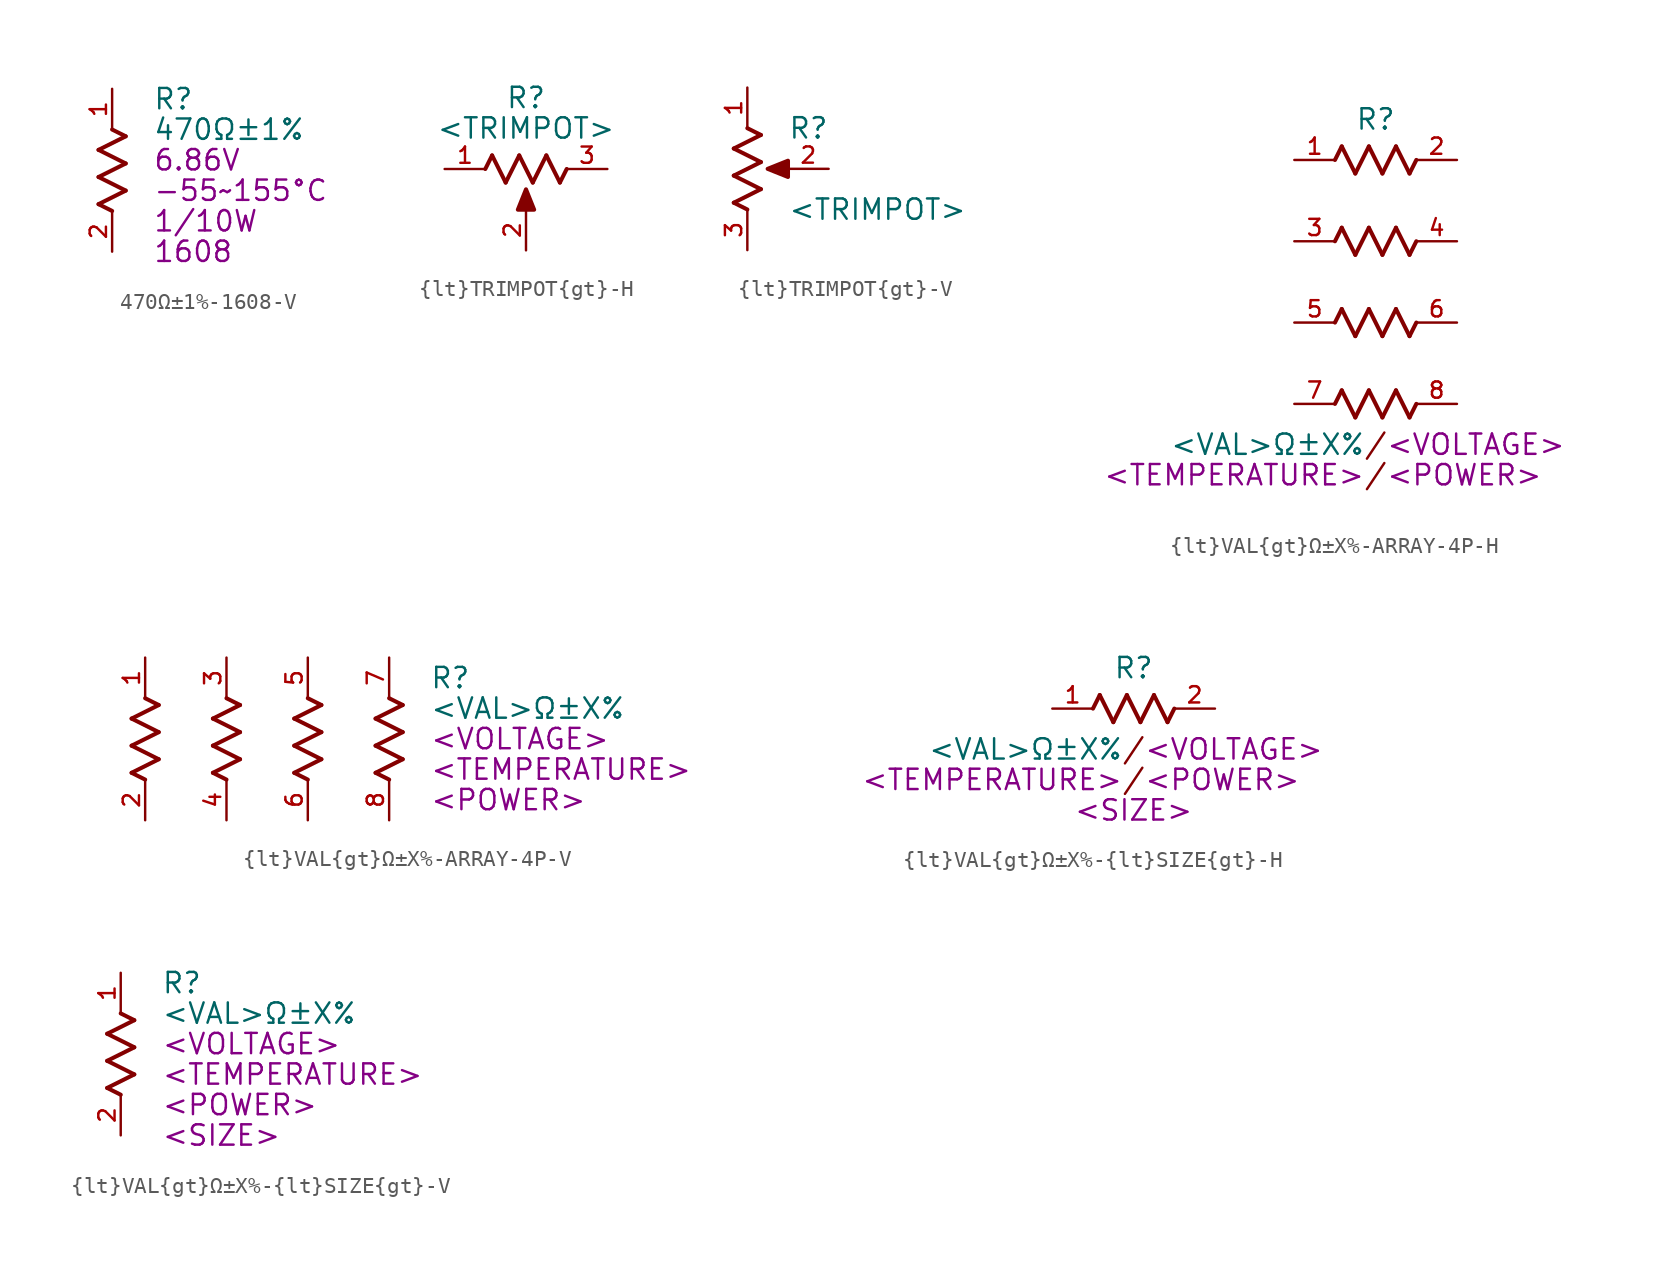
<source format=kicad_sym>
(kicad_symbol_lib
  (version 20231120)
  (generator "kicad_symbol_editor")
  (generator_version "8.0")
  (symbol "470Ω±1%-1608-V"
    (pin_names
      (offset 1.016))
    (property "Reference" "R"
      (at 2.54 4.445 0)
      (effects (font (size 1.27 1.27)) (justify left)))
    (property "Value" "470Ω±1%"
      (at 2.54 2.54 0)
      (effects (font (size 1.27 1.27)) (justify left)))
    (property "TEMPERATURE" "-55~155°C"
      (at 2.54 -1.27 0)
      (effects (font (size 1.27 1.27)) (justify left)))
    (property "POWER" "1/10W"
      (at 2.54 -3.175 0)
      (effects (font (size 1.27 1.27)) (justify left)))
    (property "VOLTAGE" "6.86V"
      (at 2.54 0.635 0)
      (effects (font (size 1.27 1.27)) (justify left)))
    (property "SIZE" "1608"
      (at 2.54 -5.08 0)
      (effects (font (size 1.27 1.27)) (justify left)))
    (symbol "470Ω±1%-1608-V_0_0"
      (polyline (pts (xy -0.847 -2.117) (xy 0 -2.541)) (stroke (width 0.254) (type default)) (fill (type none)))
      (polyline (pts (xy -0.847 -0.423) (xy 0.847 -1.27)) (stroke (width 0.254) (type default)) (fill (type none)))
      (polyline (pts (xy -0.847 1.27) (xy 0.847 2.117)) (stroke (width 0.254) (type default)) (fill (type none)))
      (polyline (pts (xy 0.847 -1.27) (xy -0.847 -2.117)) (stroke (width 0.254) (type default)) (fill (type none)))
      (polyline (pts (xy 0.847 0.423) (xy -0.847 -0.423)) (stroke (width 0.254) (type default)) (fill (type none)))
      (polyline (pts (xy 0.847 0.423) (xy -0.847 1.27)) (stroke (width 0.254) (type default)) (fill (type none)))
      (polyline (pts (xy 0.847 2.117) (xy 0 2.541)) (stroke (width 0.254) (type default)) (fill (type none)))
      (pin passive line (at 0 5.08 270) (length 2.54) (name "~" (effects (font (size 1.016 1.016)))) (number "1" (effects (font (size 1.016 1.016)))))
      (pin passive line (at 0 -5.08 90) (length 2.54) (name "~" (effects (font (size 1.016 1.016)))) (number "2" (effects (font (size 1.016 1.016)))))))
  (symbol "{lt}TRIMPOT{gt}-H"
    (pin_names
      (offset 1.016))
    (property "Reference" "R"
      (at 0 4.445 0)
      (effects (font (size 1.27 1.27))))
    (property "Value" "<TRIMPOT>"
      (at 0 2.54 0)
      (effects (font (size 1.27 1.27))))
    (symbol "{lt}TRIMPOT{gt}-H_0_0"
      (polyline (pts (xy -2.117 0.847) (xy -2.541 0)) (stroke (width 0.254) (type default)) (fill (type none)))
      (polyline (pts (xy -1.27 -0.847) (xy -2.117 0.847)) (stroke (width 0.254) (type default)) (fill (type none)))
      (polyline (pts (xy -0.423 0.847) (xy -1.27 -0.847)) (stroke (width 0.254) (type default)) (fill (type none)))
      (polyline (pts (xy 0.423 -0.847) (xy -0.423 0.847)) (stroke (width 0.254) (type default)) (fill (type none)))
      (polyline (pts (xy 0.423 -0.847) (xy 1.27 0.847)) (stroke (width 0.254) (type default)) (fill (type none)))
      (polyline (pts (xy 1.27 0.847) (xy 2.117 -0.847)) (stroke (width 0.254) (type default)) (fill (type none)))
      (polyline (pts (xy 2.117 -0.847) (xy 2.541 0)) (stroke (width 0.254) (type default)) (fill (type none)))
      (pin passive line (at -5.08 0 0) (length 2.54) (name "~" (effects (font (size 1.016 1.016)))) (number "1" (effects (font (size 1.016 1.016)))))
      (pin passive line (at 0 -5.08 90) (length 2.54) (name "~" (effects (font (size 1.016 1.016)))) (number "2" (effects (font (size 1.016 1.016)))))
      (pin passive line (at 5.08 0 180) (length 2.54) (name "~" (effects (font (size 1.016 1.016)))) (number "3" (effects (font (size 1.016 1.016))))))
    (symbol "{lt}TRIMPOT{gt}-H_1_1"
      (polyline (pts (xy 0 -1.27) (xy -0.508 -2.54) (xy 0.508 -2.54) (xy 0 -1.27)) (stroke (width 0.254) (type solid)) (fill (type outline)))))
  (symbol "{lt}TRIMPOT{gt}-V"
    (pin_names
      (offset 1.016))
    (property "Reference" "R"
      (at 2.54 2.54 0)
      (effects (font (size 1.27 1.27)) (justify left)))
    (property "Value" "<TRIMPOT>"
      (at 2.54 -2.54 0)
      (effects (font (size 1.27 1.27)) (justify left)))
    (symbol "{lt}TRIMPOT{gt}-V_0_0"
      (polyline (pts (xy -0.847 -2.117) (xy 0 -2.541)) (stroke (width 0.254) (type default)) (fill (type none)))
      (polyline (pts (xy -0.847 -0.423) (xy 0.847 -1.27)) (stroke (width 0.254) (type default)) (fill (type none)))
      (polyline (pts (xy -0.847 1.27) (xy 0.847 2.117)) (stroke (width 0.254) (type default)) (fill (type none)))
      (polyline (pts (xy 0.847 -1.27) (xy -0.847 -2.117)) (stroke (width 0.254) (type default)) (fill (type none)))
      (polyline (pts (xy 0.847 0.423) (xy -0.847 -0.423)) (stroke (width 0.254) (type default)) (fill (type none)))
      (polyline (pts (xy 0.847 0.423) (xy -0.847 1.27)) (stroke (width 0.254) (type default)) (fill (type none)))
      (polyline (pts (xy 0.847 2.117) (xy 0 2.541)) (stroke (width 0.254) (type default)) (fill (type none)))
      (pin passive line (at 0 5.08 270) (length 2.54) (name "~" (effects (font (size 1.016 1.016)))) (number "1" (effects (font (size 1.016 1.016)))))
      (pin passive line (at 5.08 0 180) (length 2.54) (name "~" (effects (font (size 1.016 1.016)))) (number "2" (effects (font (size 1.016 1.016)))))
      (pin passive line (at 0 -5.08 90) (length 2.54) (name "~" (effects (font (size 1.016 1.016)))) (number "3" (effects (font (size 1.016 1.016))))))
    (symbol "{lt}TRIMPOT{gt}-V_1_1"
      (polyline (pts (xy 1.27 0) (xy 2.54 0.508) (xy 2.54 -0.508) (xy 1.27 0)) (stroke (width 0.254) (type solid)) (fill (type outline)))))
  (symbol "{lt}VAL{gt}Ω±X%-ARRAY-4P-H"
    (pin_names
      (offset 1.016))
    (property "Reference" "R"
      (at 0 10.16 0)
      (effects (font (size 1.27 1.27))))
    (property "Value" "<VAL>Ω±X%"
      (at -0.635 -10.16 0)
      (effects (font (size 1.27 1.27)) (justify right)))
    (property "VOLTAGE" "<VOLTAGE>"
      (at 0.635 -10.16 0)
      (effects (font (size 1.27 1.27)) (justify left)))
    (property "TEMPERATURE" "<TEMPERATURE>"
      (at -0.635 -12.065 0)
      (effects (font (size 1.27 1.27)) (justify right)))
    (property "POWER" "<POWER>"
      (at 0.635 -12.065 0)
      (effects (font (size 1.27 1.27)) (justify left)))
    (symbol "{lt}VAL{gt}Ω±X%-ARRAY-4P-H_0_0"
      (polyline (pts (xy -2.117 -6.773) (xy -2.541 -7.62)) (stroke (width 0.254) (type default)) (fill (type none)))
      (polyline (pts (xy -2.117 -1.693) (xy -2.541 -2.54)) (stroke (width 0.254) (type default)) (fill (type none)))
      (polyline (pts (xy -2.117 3.387) (xy -2.541 2.54)) (stroke (width 0.254) (type default)) (fill (type none)))
      (polyline (pts (xy -2.117 8.467) (xy -2.541 7.62)) (stroke (width 0.254) (type default)) (fill (type none)))
      (polyline (pts (xy -1.27 -8.467) (xy -2.117 -6.773)) (stroke (width 0.254) (type default)) (fill (type none)))
      (polyline (pts (xy -1.27 -3.387) (xy -2.117 -1.693)) (stroke (width 0.254) (type default)) (fill (type none)))
      (polyline (pts (xy -1.27 1.693) (xy -2.117 3.387)) (stroke (width 0.254) (type default)) (fill (type none)))
      (polyline (pts (xy -1.27 6.773) (xy -2.117 8.467)) (stroke (width 0.254) (type default)) (fill (type none)))
      (polyline (pts (xy -0.423 -6.773) (xy -1.27 -8.467)) (stroke (width 0.254) (type default)) (fill (type none)))
      (polyline (pts (xy -0.423 -6.773) (xy 0.423 -8.467)) (stroke (width 0.254) (type default)) (fill (type none)))
      (polyline (pts (xy -0.423 -1.693) (xy -1.27 -3.387)) (stroke (width 0.254) (type default)) (fill (type none)))
      (polyline (pts (xy -0.423 -1.693) (xy 0.423 -3.387)) (stroke (width 0.254) (type default)) (fill (type none)))
      (polyline (pts (xy -0.423 3.387) (xy -1.27 1.693)) (stroke (width 0.254) (type default)) (fill (type none)))
      (polyline (pts (xy -0.423 3.387) (xy 0.423 1.693)) (stroke (width 0.254) (type default)) (fill (type none)))
      (polyline (pts (xy -0.423 8.467) (xy -1.27 6.773)) (stroke (width 0.254) (type default)) (fill (type none)))
      (polyline (pts (xy -0.423 8.467) (xy 0.423 6.773)) (stroke (width 0.254) (type default)) (fill (type none)))
      (polyline (pts (xy 0.423 -8.467) (xy 1.27 -6.773)) (stroke (width 0.254) (type default)) (fill (type none)))
      (polyline (pts (xy 0.423 -3.387) (xy 1.27 -1.693)) (stroke (width 0.254) (type default)) (fill (type none)))
      (polyline (pts (xy 0.423 1.693) (xy 1.27 3.387)) (stroke (width 0.254) (type default)) (fill (type none)))
      (polyline (pts (xy 0.423 6.773) (xy 1.27 8.467)) (stroke (width 0.254) (type default)) (fill (type none)))
      (polyline (pts (xy 1.27 -6.773) (xy 2.117 -8.467)) (stroke (width 0.254) (type default)) (fill (type none)))
      (polyline (pts (xy 1.27 -1.693) (xy 2.117 -3.387)) (stroke (width 0.254) (type default)) (fill (type none)))
      (polyline (pts (xy 1.27 3.387) (xy 2.117 1.693)) (stroke (width 0.254) (type default)) (fill (type none)))
      (polyline (pts (xy 1.27 8.467) (xy 2.117 6.773)) (stroke (width 0.254) (type default)) (fill (type none)))
      (polyline (pts (xy 2.117 -8.467) (xy 2.541 -7.62)) (stroke (width 0.254) (type default)) (fill (type none)))
      (polyline (pts (xy 2.117 -3.387) (xy 2.541 -2.54)) (stroke (width 0.254) (type default)) (fill (type none)))
      (polyline (pts (xy 2.117 1.693) (xy 2.541 2.54)) (stroke (width 0.254) (type default)) (fill (type none)))
      (polyline (pts (xy 2.117 6.773) (xy 2.541 7.62)) (stroke (width 0.254) (type default)) (fill (type none)))
      (text "/" (at 0 -12.065 0) (effects (font (size 1.27 1.27))))
      (text "/" (at 0 -10.16 0) (effects (font (size 1.27 1.27))))
      (pin passive line (at -5.08 7.62 0) (length 2.54) (name "~" (effects (font (size 1.016 1.016)))) (number "1" (effects (font (size 1.016 1.016)))))
      (pin passive line (at 5.08 7.62 180) (length 2.54) (name "~" (effects (font (size 1.016 1.016)))) (number "2" (effects (font (size 1.016 1.016)))))
      (pin passive line (at -5.08 2.54 0) (length 2.54) (name "~" (effects (font (size 1.016 1.016)))) (number "3" (effects (font (size 1.016 1.016)))))
      (pin passive line (at 5.08 2.54 180) (length 2.54) (name "~" (effects (font (size 1.016 1.016)))) (number "4" (effects (font (size 1.016 1.016)))))
      (pin passive line (at -5.08 -2.54 0) (length 2.54) (name "~" (effects (font (size 1.016 1.016)))) (number "5" (effects (font (size 1.016 1.016)))))
      (pin passive line (at 5.08 -2.54 180) (length 2.54) (name "~" (effects (font (size 1.016 1.016)))) (number "6" (effects (font (size 1.016 1.016)))))
      (pin passive line (at -5.08 -7.62 0) (length 2.54) (name "~" (effects (font (size 1.016 1.016)))) (number "7" (effects (font (size 1.016 1.016)))))
      (pin passive line (at 5.08 -7.62 180) (length 2.54) (name "~" (effects (font (size 1.016 1.016)))) (number "8" (effects (font (size 1.016 1.016)))))))
  (symbol "{lt}VAL{gt}Ω±X%-ARRAY-4P-V"
    (pin_names
      (offset 1.016))
    (property "Reference" "R"
      (at 10.16 3.81 0)
      (effects (font (size 1.27 1.27)) (justify left)))
    (property "Value" "<VAL>Ω±X%"
      (at 10.16 1.905 0)
      (effects (font (size 1.27 1.27)) (justify left)))
    (property "VOLTAGE" "<VOLTAGE>"
      (at 10.16 0 0)
      (effects (font (size 1.27 1.27)) (justify left)))
    (property "TEMPERATURE" "<TEMPERATURE>"
      (at 10.16 -1.905 0)
      (effects (font (size 1.27 1.27)) (justify left)))
    (property "POWER" "<POWER>"
      (at 10.16 -3.81 0)
      (effects (font (size 1.27 1.27)) (justify left)))
    (symbol "{lt}VAL{gt}Ω±X%-ARRAY-4P-V_0_0"
      (polyline (pts (xy -8.467 -2.117) (xy -7.62 -2.541)) (stroke (width 0.254) (type default)) (fill (type none)))
      (polyline (pts (xy -8.467 -0.423) (xy -6.773 -1.27)) (stroke (width 0.254) (type default)) (fill (type none)))
      (polyline (pts (xy -8.467 1.27) (xy -6.773 2.117)) (stroke (width 0.254) (type default)) (fill (type none)))
      (polyline (pts (xy -6.773 -1.27) (xy -8.467 -2.117)) (stroke (width 0.254) (type default)) (fill (type none)))
      (polyline (pts (xy -6.773 0.423) (xy -8.467 -0.423)) (stroke (width 0.254) (type default)) (fill (type none)))
      (polyline (pts (xy -6.773 0.423) (xy -8.467 1.27)) (stroke (width 0.254) (type default)) (fill (type none)))
      (polyline (pts (xy -6.773 2.117) (xy -7.62 2.541)) (stroke (width 0.254) (type default)) (fill (type none)))
      (polyline (pts (xy -3.387 -2.117) (xy -2.54 -2.541)) (stroke (width 0.254) (type default)) (fill (type none)))
      (polyline (pts (xy -3.387 -0.423) (xy -1.693 -1.27)) (stroke (width 0.254) (type default)) (fill (type none)))
      (polyline (pts (xy -3.387 1.27) (xy -1.693 2.117)) (stroke (width 0.254) (type default)) (fill (type none)))
      (polyline (pts (xy -1.693 -1.27) (xy -3.387 -2.117)) (stroke (width 0.254) (type default)) (fill (type none)))
      (polyline (pts (xy -1.693 0.423) (xy -3.387 -0.423)) (stroke (width 0.254) (type default)) (fill (type none)))
      (polyline (pts (xy -1.693 0.423) (xy -3.387 1.27)) (stroke (width 0.254) (type default)) (fill (type none)))
      (polyline (pts (xy -1.693 2.117) (xy -2.54 2.541)) (stroke (width 0.254) (type default)) (fill (type none)))
      (polyline (pts (xy 1.693 -2.117) (xy 2.54 -2.541)) (stroke (width 0.254) (type default)) (fill (type none)))
      (polyline (pts (xy 1.693 -0.423) (xy 3.387 -1.27)) (stroke (width 0.254) (type default)) (fill (type none)))
      (polyline (pts (xy 1.693 1.27) (xy 3.387 2.117)) (stroke (width 0.254) (type default)) (fill (type none)))
      (polyline (pts (xy 3.387 -1.27) (xy 1.693 -2.117)) (stroke (width 0.254) (type default)) (fill (type none)))
      (polyline (pts (xy 3.387 0.423) (xy 1.693 -0.423)) (stroke (width 0.254) (type default)) (fill (type none)))
      (polyline (pts (xy 3.387 0.423) (xy 1.693 1.27)) (stroke (width 0.254) (type default)) (fill (type none)))
      (polyline (pts (xy 3.387 2.117) (xy 2.54 2.541)) (stroke (width 0.254) (type default)) (fill (type none)))
      (polyline (pts (xy 6.773 -2.117) (xy 7.62 -2.541)) (stroke (width 0.254) (type default)) (fill (type none)))
      (polyline (pts (xy 6.773 -0.423) (xy 8.467 -1.27)) (stroke (width 0.254) (type default)) (fill (type none)))
      (polyline (pts (xy 6.773 1.27) (xy 8.467 2.117)) (stroke (width 0.254) (type default)) (fill (type none)))
      (polyline (pts (xy 8.467 -1.27) (xy 6.773 -2.117)) (stroke (width 0.254) (type default)) (fill (type none)))
      (polyline (pts (xy 8.467 0.423) (xy 6.773 -0.423)) (stroke (width 0.254) (type default)) (fill (type none)))
      (polyline (pts (xy 8.467 0.423) (xy 6.773 1.27)) (stroke (width 0.254) (type default)) (fill (type none)))
      (polyline (pts (xy 8.467 2.117) (xy 7.62 2.541)) (stroke (width 0.254) (type default)) (fill (type none)))
      (pin passive line (at -7.62 5.08 270) (length 2.54) (name "~" (effects (font (size 1.016 1.016)))) (number "1" (effects (font (size 1.016 1.016)))))
      (pin passive line (at -7.62 -5.08 90) (length 2.54) (name "~" (effects (font (size 1.016 1.016)))) (number "2" (effects (font (size 1.016 1.016)))))
      (pin passive line (at -2.54 5.08 270) (length 2.54) (name "~" (effects (font (size 1.016 1.016)))) (number "3" (effects (font (size 1.016 1.016)))))
      (pin passive line (at -2.54 -5.08 90) (length 2.54) (name "~" (effects (font (size 1.016 1.016)))) (number "4" (effects (font (size 1.016 1.016)))))
      (pin passive line (at 2.54 5.08 270) (length 2.54) (name "~" (effects (font (size 1.016 1.016)))) (number "5" (effects (font (size 1.016 1.016)))))
      (pin passive line (at 2.54 -5.08 90) (length 2.54) (name "~" (effects (font (size 1.016 1.016)))) (number "6" (effects (font (size 1.016 1.016)))))
      (pin passive line (at 7.62 5.08 270) (length 2.54) (name "~" (effects (font (size 1.016 1.016)))) (number "7" (effects (font (size 1.016 1.016)))))
      (pin passive line (at 7.62 -5.08 90) (length 2.54) (name "~" (effects (font (size 1.016 1.016)))) (number "8" (effects (font (size 1.016 1.016)))))))
  (symbol "{lt}VAL{gt}Ω±X%-{lt}SIZE{gt}-H"
    (pin_names
      (offset 1.016))
    (property "Reference" "R"
      (at 0 2.54 0)
      (effects (font (size 1.27 1.27))))
    (property "Value" "<VAL>Ω±X%"
      (at -0.635 -2.54 0)
      (effects (font (size 1.27 1.27)) (justify right)))
    (property "VOLTAGE" "<VOLTAGE>"
      (at 0.635 -2.54 0)
      (effects (font (size 1.27 1.27)) (justify left)))
    (property "TEMPERATURE" "<TEMPERATURE>"
      (at -0.635 -4.445 0)
      (effects (font (size 1.27 1.27)) (justify right)))
    (property "POWER" "<POWER>"
      (at 0.635 -4.445 0)
      (effects (font (size 1.27 1.27)) (justify left)))
    (property "SIZE" "<SIZE>"
      (at 0 -6.35 0)
      (effects (font (size 1.27 1.27))))
    (symbol "{lt}VAL{gt}Ω±X%-{lt}SIZE{gt}-H_0_0"
      (polyline (pts (xy -2.117 0.847) (xy -2.541 0)) (stroke (width 0.254) (type default)) (fill (type none)))
      (polyline (pts (xy -1.27 -0.847) (xy -2.117 0.847)) (stroke (width 0.254) (type default)) (fill (type none)))
      (polyline (pts (xy -0.423 0.847) (xy -1.27 -0.847)) (stroke (width 0.254) (type default)) (fill (type none)))
      (polyline (pts (xy -0.423 0.847) (xy 0.423 -0.847)) (stroke (width 0.254) (type default)) (fill (type none)))
      (polyline (pts (xy 0.423 -0.847) (xy 1.27 0.847)) (stroke (width 0.254) (type default)) (fill (type none)))
      (polyline (pts (xy 1.27 0.847) (xy 2.117 -0.847)) (stroke (width 0.254) (type default)) (fill (type none)))
      (polyline (pts (xy 2.117 -0.847) (xy 2.541 0)) (stroke (width 0.254) (type default)) (fill (type none)))
      (text "/" (at 0 -4.445 0) (effects (font (size 1.27 1.27))))
      (text "/" (at 0 -2.54 0) (effects (font (size 1.27 1.27))))
      (pin passive line (at -5.08 0 0) (length 2.54) (name "~" (effects (font (size 1.016 1.016)))) (number "1" (effects (font (size 1.016 1.016)))))
      (pin passive line (at 5.08 0 180) (length 2.54) (name "~" (effects (font (size 1.016 1.016)))) (number "2" (effects (font (size 1.016 1.016)))))))
  (symbol "{lt}VAL{gt}Ω±X%-{lt}SIZE{gt}-V"
    (pin_names
      (offset 1.016))
    (property "Reference" "R"
      (at 2.54 4.445 0)
      (effects (font (size 1.27 1.27)) (justify left)))
    (property "Value" "<VAL>Ω±X%"
      (at 2.54 2.54 0)
      (effects (font (size 1.27 1.27)) (justify left)))
    (property "TEMPERATURE" "<TEMPERATURE>"
      (at 2.54 -1.27 0)
      (effects (font (size 1.27 1.27)) (justify left)))
    (property "POWER" "<POWER>"
      (at 2.54 -3.175 0)
      (effects (font (size 1.27 1.27)) (justify left)))
    (property "VOLTAGE" "<VOLTAGE>"
      (at 2.54 0.635 0)
      (effects (font (size 1.27 1.27)) (justify left)))
    (property "SIZE" "<SIZE>"
      (at 2.54 -5.08 0)
      (effects (font (size 1.27 1.27)) (justify left)))
    (symbol "{lt}VAL{gt}Ω±X%-{lt}SIZE{gt}-V_0_0"
      (polyline (pts (xy -0.847 -2.117) (xy 0 -2.541)) (stroke (width 0.254) (type default)) (fill (type none)))
      (polyline (pts (xy -0.847 -0.423) (xy 0.847 -1.27)) (stroke (width 0.254) (type default)) (fill (type none)))
      (polyline (pts (xy -0.847 1.27) (xy 0.847 2.117)) (stroke (width 0.254) (type default)) (fill (type none)))
      (polyline (pts (xy 0.847 -1.27) (xy -0.847 -2.117)) (stroke (width 0.254) (type default)) (fill (type none)))
      (polyline (pts (xy 0.847 0.423) (xy -0.847 -0.423)) (stroke (width 0.254) (type default)) (fill (type none)))
      (polyline (pts (xy 0.847 0.423) (xy -0.847 1.27)) (stroke (width 0.254) (type default)) (fill (type none)))
      (polyline (pts (xy 0.847 2.117) (xy 0 2.541)) (stroke (width 0.254) (type default)) (fill (type none)))
      (pin passive line (at 0 5.08 270) (length 2.54) (name "~" (effects (font (size 1.016 1.016)))) (number "1" (effects (font (size 1.016 1.016)))))
      (pin passive line (at 0 -5.08 90) (length 2.54) (name "~" (effects (font (size 1.016 1.016)))) (number "2" (effects (font (size 1.016 1.016))))))))
</source>
